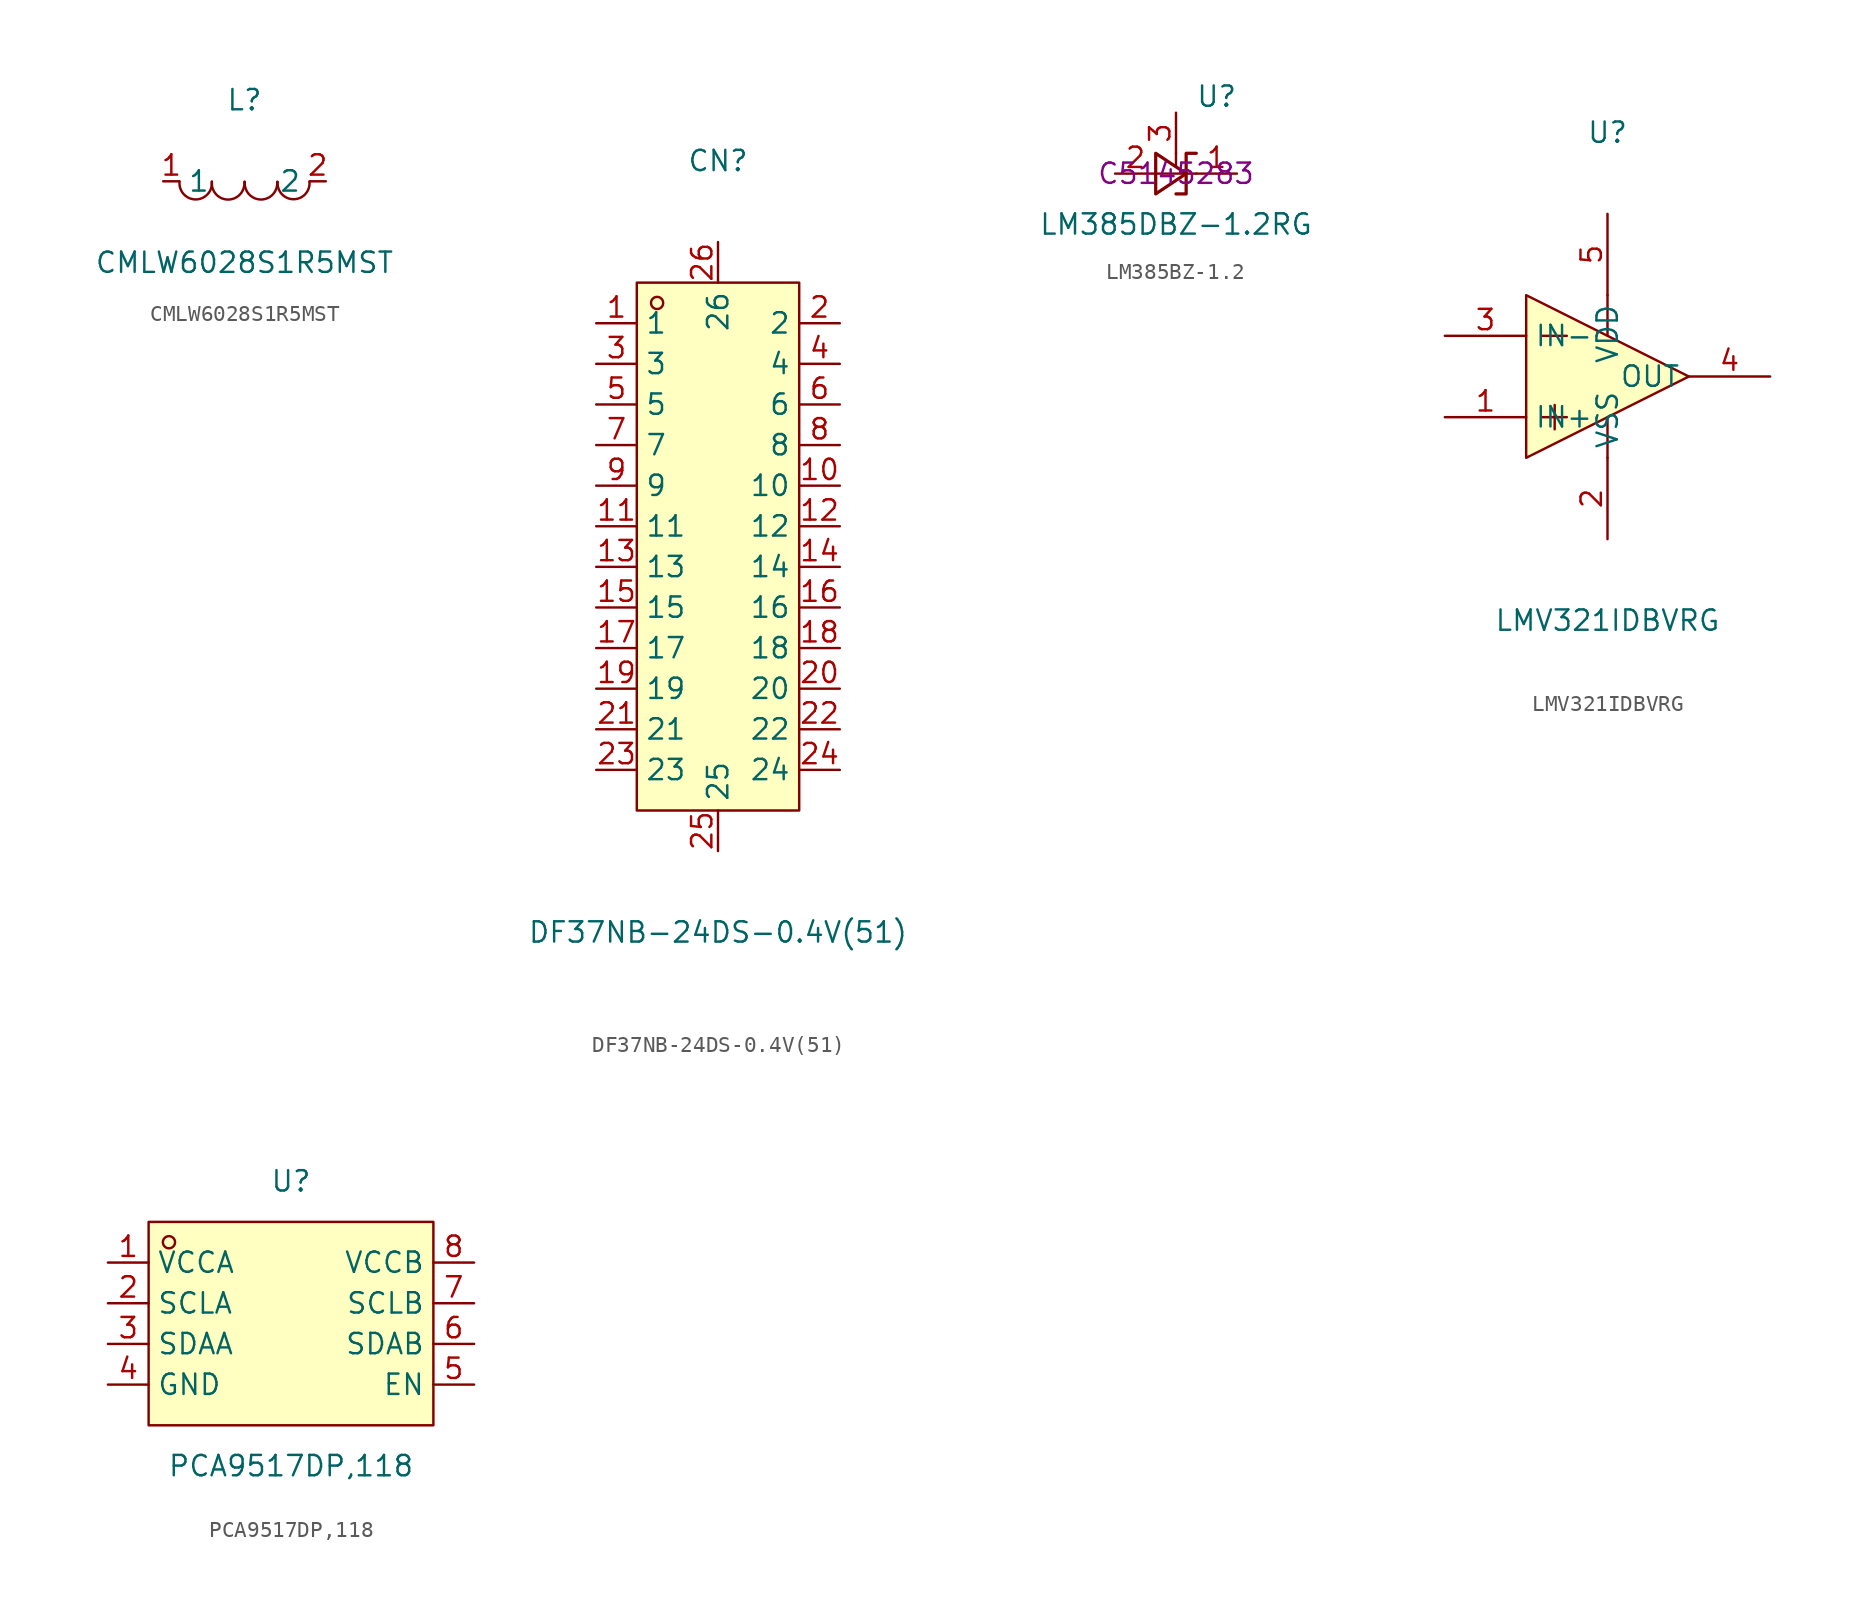
<source format=kicad_sym>
(kicad_symbol_lib
  (version 20231120)
  (generator "kicad_symbol_editor")
  (generator_version "8.0")
  (symbol "CMLW6028S1R5MST"
    (property "Reference" "L"
      (at 0 5.08 0)
      (effects (font (size 1.27 1.27))))
    (property "Value" "CMLW6028S1R5MST"
      (at 0 -5.08 0)
      (effects (font (size 1.27 1.27))))
    (symbol "CMLW6028S1R5MST_0_1"
      (arc (start -4.06 -0.03) (mid -2.44 -0.93) (end -2.04 -0.02) (stroke (width 0) (type default) (color 0 0 0 0)) (fill (type none)))
      (arc (start -2.04 -0.03) (mid -0.56 -1.03) (end -0.01 -0.03) (stroke (width 0) (type default) (color 0 0 0 0)) (fill (type none)))
      (arc (start 0.02 -0.03) (mid 1.49 -1.03) (end 2.04 -0.03) (stroke (width 0) (type default) (color 0 0 0 0)) (fill (type none)))
      (arc (start 2.07 -0.04) (mid 3.44 -1.05) (end 4.06 -0.03) (stroke (width 0) (type default) (color 0 0 0 0)) (fill (type none)))
      (pin unspecified line (at 5.08 -0.00 180) (length 1.016) (name "2" (effects (font (size 1.27 1.27)))) (number "2" (effects (font (size 1.27 1.27)))))
      (pin unspecified line (at -5.08 -0.00 0) (length 1.016) (name "1" (effects (font (size 1.27 1.27)))) (number "1" (effects (font (size 1.27 1.27)))))))
  (symbol "DF37NB-24DS-0.4V(51)"
    (property "Reference" "CN"
      (at 0 24.13 0)
      (effects (font (size 1.27 1.27))))
    (property "Value" "DF37NB-24DS-0.4V(51)"
      (at 0 -24.13 0)
      (effects (font (size 1.27 1.27))))
    (symbol "DF37NB-24DS-0.4V(51)_0_1"
      (rectangle (start -5.08 16.51) (end 5.08 -16.51) (stroke (width 0) (type default)) (fill (type background)))
      (circle (center -3.81 15.24) (radius 0.38) (stroke (width 0) (type default)) (fill (type none)))
      (pin unspecified line (at -7.62 13.97 0) (length 2.54) (name "1" (effects (font (size 1.27 1.27)))) (number "1" (effects (font (size 1.27 1.27)))))
      (pin unspecified line (at 7.62 3.81 180) (length 2.54) (name "10" (effects (font (size 1.27 1.27)))) (number "10" (effects (font (size 1.27 1.27)))))
      (pin unspecified line (at -7.62 1.27 0) (length 2.54) (name "11" (effects (font (size 1.27 1.27)))) (number "11" (effects (font (size 1.27 1.27)))))
      (pin unspecified line (at 7.62 1.27 180) (length 2.54) (name "12" (effects (font (size 1.27 1.27)))) (number "12" (effects (font (size 1.27 1.27)))))
      (pin unspecified line (at -7.62 -1.27 0) (length 2.54) (name "13" (effects (font (size 1.27 1.27)))) (number "13" (effects (font (size 1.27 1.27)))))
      (pin unspecified line (at 7.62 -1.27 180) (length 2.54) (name "14" (effects (font (size 1.27 1.27)))) (number "14" (effects (font (size 1.27 1.27)))))
      (pin unspecified line (at -7.62 -3.81 0) (length 2.54) (name "15" (effects (font (size 1.27 1.27)))) (number "15" (effects (font (size 1.27 1.27)))))
      (pin unspecified line (at 7.62 -3.81 180) (length 2.54) (name "16" (effects (font (size 1.27 1.27)))) (number "16" (effects (font (size 1.27 1.27)))))
      (pin unspecified line (at -7.62 -6.35 0) (length 2.54) (name "17" (effects (font (size 1.27 1.27)))) (number "17" (effects (font (size 1.27 1.27)))))
      (pin unspecified line (at 7.62 -6.35 180) (length 2.54) (name "18" (effects (font (size 1.27 1.27)))) (number "18" (effects (font (size 1.27 1.27)))))
      (pin unspecified line (at -7.62 -8.89 0) (length 2.54) (name "19" (effects (font (size 1.27 1.27)))) (number "19" (effects (font (size 1.27 1.27)))))
      (pin unspecified line (at 7.62 13.97 180) (length 2.54) (name "2" (effects (font (size 1.27 1.27)))) (number "2" (effects (font (size 1.27 1.27)))))
      (pin unspecified line (at 7.62 -8.89 180) (length 2.54) (name "20" (effects (font (size 1.27 1.27)))) (number "20" (effects (font (size 1.27 1.27)))))
      (pin unspecified line (at -7.62 -11.43 0) (length 2.54) (name "21" (effects (font (size 1.27 1.27)))) (number "21" (effects (font (size 1.27 1.27)))))
      (pin unspecified line (at 7.62 -11.43 180) (length 2.54) (name "22" (effects (font (size 1.27 1.27)))) (number "22" (effects (font (size 1.27 1.27)))))
      (pin unspecified line (at -7.62 -13.97 0) (length 2.54) (name "23" (effects (font (size 1.27 1.27)))) (number "23" (effects (font (size 1.27 1.27)))))
      (pin unspecified line (at 7.62 -13.97 180) (length 2.54) (name "24" (effects (font (size 1.27 1.27)))) (number "24" (effects (font (size 1.27 1.27)))))
      (pin unspecified line (at 0 -19.05 90) (length 2.54) (name "25" (effects (font (size 1.27 1.27)))) (number "25" (effects (font (size 1.27 1.27)))))
      (pin unspecified line (at 0 19.05 270) (length 2.54) (name "26" (effects (font (size 1.27 1.27)))) (number "26" (effects (font (size 1.27 1.27)))))
      (pin unspecified line (at -7.62 11.43 0) (length 2.54) (name "3" (effects (font (size 1.27 1.27)))) (number "3" (effects (font (size 1.27 1.27)))))
      (pin unspecified line (at 7.62 11.43 180) (length 2.54) (name "4" (effects (font (size 1.27 1.27)))) (number "4" (effects (font (size 1.27 1.27)))))
      (pin unspecified line (at -7.62 8.89 0) (length 2.54) (name "5" (effects (font (size 1.27 1.27)))) (number "5" (effects (font (size 1.27 1.27)))))
      (pin unspecified line (at 7.62 8.89 180) (length 2.54) (name "6" (effects (font (size 1.27 1.27)))) (number "6" (effects (font (size 1.27 1.27)))))
      (pin unspecified line (at -7.62 6.35 0) (length 2.54) (name "7" (effects (font (size 1.27 1.27)))) (number "7" (effects (font (size 1.27 1.27)))))
      (pin unspecified line (at 7.62 6.35 180) (length 2.54) (name "8" (effects (font (size 1.27 1.27)))) (number "8" (effects (font (size 1.27 1.27)))))
      (pin unspecified line (at -7.62 3.81 0) (length 2.54) (name "9" (effects (font (size 1.27 1.27)))) (number "9" (effects (font (size 1.27 1.27)))))))
  (symbol "LM385BZ-1.2"
    (pin_names
      (offset 0.025) hide)
    (property "Reference" "U"
      (at 2.54 4.826 0)
      (effects (font (size 1.27 1.27))))
    (property "Value" "LM385DBZ-1.2RG"
      (at 0 -3.175 0)
      (effects (font (size 1.27 1.27))))
    (property "LCSC" "C5145283"
      (at 0 0 0)
      (effects (font (size 1.27 1.27))))
    (symbol "LM385BZ-1.2_0_1"
      (polyline (pts (xy -1.27 0) (xy 0 0) (xy 1.27 0)) (stroke (width 0) (type default)) (fill (type none)))
      (polyline (pts (xy 0 1.27) (xy -0.002 0.447) (xy 0 1.27)) (stroke (width 0) (type default)) (fill (type none)))
      (polyline (pts (xy -1.27 -1.27) (xy 0.635 0) (xy -1.27 1.27) (xy -1.27 -1.27)) (stroke (width 0.203) (type default)) (fill (type none)))
      (polyline (pts (xy 0 -1.27) (xy 0.635 -1.27) (xy 0.635 1.27) (xy 1.27 1.27)) (stroke (width 0.203) (type default)) (fill (type none))))
    (symbol "LM385BZ-1.2_1_1"
      (pin passive line (at 3.81 0 180) (length 2.54) (name "K" (effects (font (size 1.27 1.27)))) (number "1" (effects (font (size 1.27 1.27)))))
      (pin passive line (at -3.81 0 0) (length 2.54) (name "A" (effects (font (size 1.27 1.27)))) (number "2" (effects (font (size 1.27 1.27)))))
      (pin input line (at 0 3.81 270) (length 2.54) (name "FB" (effects (font (size 1.27 1.27)))) (number "3" (effects (font (size 1.27 1.27)))))))
  (symbol "LMV321IDBVRG"
    (property "Reference" "U"
      (at 0 15.24 0)
      (effects (font (size 1.27 1.27))))
    (property "Value" "LMV321IDBVRG"
      (at 0 -15.24 0)
      (effects (font (size 1.27 1.27))))
    (symbol "LMV321IDBVRG_0_1"
      (polyline (pts (xy 0.00 -2.54) (xy 0.00 -5.08)) (stroke (width 0) (type default) (color 0 0 0 0)) (fill (type none)))
      (polyline (pts (xy 0.00 5.08) (xy 0.00 2.54)) (stroke (width 0) (type default) (color 0 0 0 0)) (fill (type none)))
      (polyline (pts (xy -3.30 -1.78) (xy -3.30 -3.30)) (stroke (width 0) (type default) (color 0 0 0 0)) (fill (type none)))
      (polyline (pts (xy -4.06 -2.54) (xy -2.54 -2.54)) (stroke (width 0) (type default) (color 0 0 0 0)) (fill (type none)))
      (polyline (pts (xy -4.06 2.54) (xy -2.54 2.54)) (stroke (width 0) (type default) (color 0 0 0 0)) (fill (type none)))
      (polyline (pts (xy -5.08 -5.08) (xy 5.08 -0.00) (xy -5.08 5.08) (xy -5.08 -5.08)) (stroke (width 0) (type default) (color 0 0 0 0)) (fill (type background)))
      (pin power_in line (at 0.00 10.16 270) (length 5.08) (name "VDD" (effects (font (size 1.27 1.27)))) (number "5" (effects (font (size 1.27 1.27)))))
      (pin output line (at 10.16 -0.00 180) (length 5.08) (name "OUT" (effects (font (size 1.27 1.27)))) (number "4" (effects (font (size 1.27 1.27)))))
      (pin unspecified line (at -10.16 2.54 0) (length 5.08) (name "IN-" (effects (font (size 1.27 1.27)))) (number "3" (effects (font (size 1.27 1.27)))))
      (pin power_in line (at 0.00 -10.16 90) (length 5.08) (name "VSS" (effects (font (size 1.27 1.27)))) (number "2" (effects (font (size 1.27 1.27)))))
      (pin unspecified line (at -10.16 -2.54 0) (length 5.08) (name "IN+" (effects (font (size 1.27 1.27)))) (number "1" (effects (font (size 1.27 1.27)))))))
  (symbol "PCA9517DP,118"
    (property "Reference" "U"
      (at 0 8.89 0)
      (effects (font (size 1.27 1.27))))
    (property "Value" "PCA9517DP,118"
      (at 0 -8.89 0)
      (effects (font (size 1.27 1.27))))
    (symbol "PCA9517DP,118_0_1"
      (rectangle (start -8.89 6.35) (end 8.89 -6.35) (stroke (width 0) (type default) (color 0 0 0 0)) (fill (type background)))
      (circle (center -7.62 5.08) (radius 0.38) (stroke (width 0) (type default) (color 0 0 0 0)) (fill (type none)))
      (pin unspecified line (at -11.43 3.81 0) (length 2.54) (name "VCCA" (effects (font (size 1.27 1.27)))) (number "1" (effects (font (size 1.27 1.27)))))
      (pin unspecified line (at -11.43 1.27 0) (length 2.54) (name "SCLA" (effects (font (size 1.27 1.27)))) (number "2" (effects (font (size 1.27 1.27)))))
      (pin unspecified line (at -11.43 -1.27 0) (length 2.54) (name "SDAA" (effects (font (size 1.27 1.27)))) (number "3" (effects (font (size 1.27 1.27)))))
      (pin unspecified line (at -11.43 -3.81 0) (length 2.54) (name "GND" (effects (font (size 1.27 1.27)))) (number "4" (effects (font (size 1.27 1.27)))))
      (pin unspecified line (at 11.43 -3.81 180) (length 2.54) (name "EN" (effects (font (size 1.27 1.27)))) (number "5" (effects (font (size 1.27 1.27)))))
      (pin unspecified line (at 11.43 -1.27 180) (length 2.54) (name "SDAB" (effects (font (size 1.27 1.27)))) (number "6" (effects (font (size 1.27 1.27)))))
      (pin unspecified line (at 11.43 1.27 180) (length 2.54) (name "SCLB" (effects (font (size 1.27 1.27)))) (number "7" (effects (font (size 1.27 1.27)))))
      (pin unspecified line (at 11.43 3.81 180) (length 2.54) (name "VCCB" (effects (font (size 1.27 1.27)))) (number "8" (effects (font (size 1.27 1.27))))))))
</source>
